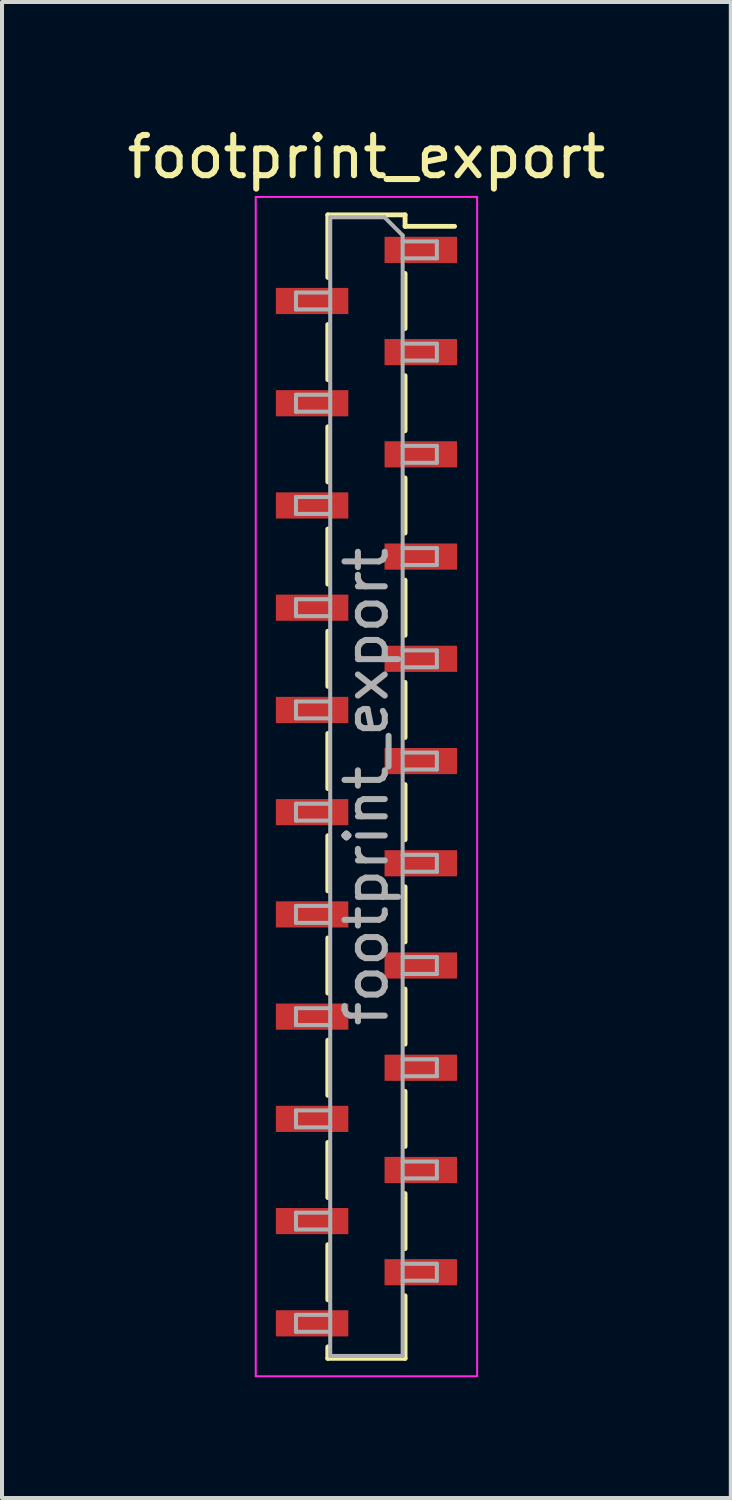
<source format=kicad_pcb>
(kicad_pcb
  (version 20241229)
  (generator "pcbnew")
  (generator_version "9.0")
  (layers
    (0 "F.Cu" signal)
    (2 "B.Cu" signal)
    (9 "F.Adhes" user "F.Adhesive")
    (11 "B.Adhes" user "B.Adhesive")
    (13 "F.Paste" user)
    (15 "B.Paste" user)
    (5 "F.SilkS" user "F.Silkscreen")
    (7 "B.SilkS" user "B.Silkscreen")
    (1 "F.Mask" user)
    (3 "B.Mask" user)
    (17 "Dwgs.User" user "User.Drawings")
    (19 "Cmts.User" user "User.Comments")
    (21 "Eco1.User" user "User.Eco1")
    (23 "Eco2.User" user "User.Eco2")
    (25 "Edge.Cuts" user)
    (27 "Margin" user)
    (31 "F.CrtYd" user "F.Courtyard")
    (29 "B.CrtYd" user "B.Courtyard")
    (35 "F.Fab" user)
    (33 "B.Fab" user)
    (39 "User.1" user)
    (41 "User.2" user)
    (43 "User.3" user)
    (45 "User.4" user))
  (footprint "footprint_export"
    (layer "F.Cu")
    (at 6.054 16.493)
    (property "Reference" "footprint_export" (at 0 -15.645 0) (layer "F.SilkS") (effects (font (size 1 1) (thickness 0.15))))
    (attr smd)
    (fp_line (start -0.96 -14.205) (end -0.96 -12.65) (stroke (width 0.12) (type solid)) (layer "F.SilkS"))
    (fp_line (start -0.96 -14.205) (end 0.96 -14.205) (stroke (width 0.12) (type solid)) (layer "F.SilkS"))
    (fp_line (start -0.96 -11.48) (end -0.96 -10.11) (stroke (width 0.12) (type solid)) (layer "F.SilkS"))
    (fp_line (start -0.96 -8.94) (end -0.96 -7.57) (stroke (width 0.12) (type solid)) (layer "F.SilkS"))
    (fp_line (start -0.96 -6.4) (end -0.96 -5.03) (stroke (width 0.12) (type solid)) (layer "F.SilkS"))
    (fp_line (start -0.96 -3.86) (end -0.96 -2.49) (stroke (width 0.12) (type solid)) (layer "F.SilkS"))
    (fp_line (start -0.96 -1.32) (end -0.96 0.05) (stroke (width 0.12) (type solid)) (layer "F.SilkS"))
    (fp_line (start -0.96 1.22) (end -0.96 2.59) (stroke (width 0.12) (type solid)) (layer "F.SilkS"))
    (fp_line (start -0.96 3.76) (end -0.96 5.13) (stroke (width 0.12) (type solid)) (layer "F.SilkS"))
    (fp_line (start -0.96 6.3) (end -0.96 7.67) (stroke (width 0.12) (type solid)) (layer "F.SilkS"))
    (fp_line (start -0.96 8.84) (end -0.96 10.21) (stroke (width 0.12) (type solid)) (layer "F.SilkS"))
    (fp_line (start -0.96 11.38) (end -0.96 12.75) (stroke (width 0.12) (type solid)) (layer "F.SilkS"))
    (fp_line (start -0.96 13.92) (end -0.96 14.205) (stroke (width 0.12) (type solid)) (layer "F.SilkS"))
    (fp_line (start -0.96 14.205) (end 0.96 14.205) (stroke (width 0.12) (type solid)) (layer "F.SilkS"))
    (fp_line (start 0.96 -14.205) (end 0.96 -13.92) (stroke (width 0.12) (type solid)) (layer "F.SilkS"))
    (fp_line (start 0.96 -13.92) (end 2.19 -13.92) (stroke (width 0.12) (type solid)) (layer "F.SilkS"))
    (fp_line (start 0.96 -12.75) (end 0.96 -11.38) (stroke (width 0.12) (type solid)) (layer "F.SilkS"))
    (fp_line (start 0.96 -10.21) (end 0.96 -8.84) (stroke (width 0.12) (type solid)) (layer "F.SilkS"))
    (fp_line (start 0.96 -7.67) (end 0.96 -6.3) (stroke (width 0.12) (type solid)) (layer "F.SilkS"))
    (fp_line (start 0.96 -5.13) (end 0.96 -3.76) (stroke (width 0.12) (type solid)) (layer "F.SilkS"))
    (fp_line (start 0.96 -2.59) (end 0.96 -1.22) (stroke (width 0.12) (type solid)) (layer "F.SilkS"))
    (fp_line (start 0.96 -0.05) (end 0.96 1.32) (stroke (width 0.12) (type solid)) (layer "F.SilkS"))
    (fp_line (start 0.96 2.49) (end 0.96 3.86) (stroke (width 0.12) (type solid)) (layer "F.SilkS"))
    (fp_line (start 0.96 5.03) (end 0.96 6.4) (stroke (width 0.12) (type solid)) (layer "F.SilkS"))
    (fp_line (start 0.96 7.57) (end 0.96 8.94) (stroke (width 0.12) (type solid)) (layer "F.SilkS"))
    (fp_line (start 0.96 10.11) (end 0.96 11.48) (stroke (width 0.12) (type solid)) (layer "F.SilkS"))
    (fp_line (start 0.96 12.65) (end 0.96 14.205) (stroke (width 0.12) (type solid)) (layer "F.SilkS"))
    (fp_line (start -2.75 -14.65) (end 2.75 -14.65) (stroke (width 0.05) (type solid)) (layer "F.CrtYd"))
    (fp_line (start -2.75 14.65) (end -2.75 -14.65) (stroke (width 0.05) (type solid)) (layer "F.CrtYd"))
    (fp_line (start 2.75 -14.65) (end 2.75 14.65) (stroke (width 0.05) (type solid)) (layer "F.CrtYd"))
    (fp_line (start 2.75 14.65) (end -2.75 14.65) (stroke (width 0.05) (type solid)) (layer "F.CrtYd"))
    (fp_line (start -1.75 -12.275) (end -0.9 -12.275) (stroke (width 0.1) (type solid)) (layer "F.Fab"))
    (fp_line (start -1.75 -11.855) (end -1.75 -12.275) (stroke (width 0.1) (type solid)) (layer "F.Fab"))
    (fp_line (start -1.75 -9.735) (end -0.9 -9.735) (stroke (width 0.1) (type solid)) (layer "F.Fab"))
    (fp_line (start -1.75 -9.315) (end -1.75 -9.735) (stroke (width 0.1) (type solid)) (layer "F.Fab"))
    (fp_line (start -1.75 -7.195) (end -0.9 -7.195) (stroke (width 0.1) (type solid)) (layer "F.Fab"))
    (fp_line (start -1.75 -6.775) (end -1.75 -7.195) (stroke (width 0.1) (type solid)) (layer "F.Fab"))
    (fp_line (start -1.75 -4.655) (end -0.9 -4.655) (stroke (width 0.1) (type solid)) (layer "F.Fab"))
    (fp_line (start -1.75 -4.235) (end -1.75 -4.655) (stroke (width 0.1) (type solid)) (layer "F.Fab"))
    (fp_line (start -1.75 -2.115) (end -0.9 -2.115) (stroke (width 0.1) (type solid)) (layer "F.Fab"))
    (fp_line (start -1.75 -1.695) (end -1.75 -2.115) (stroke (width 0.1) (type solid)) (layer "F.Fab"))
    (fp_line (start -1.75 0.425) (end -0.9 0.425) (stroke (width 0.1) (type solid)) (layer "F.Fab"))
    (fp_line (start -1.75 0.845) (end -1.75 0.425) (stroke (width 0.1) (type solid)) (layer "F.Fab"))
    (fp_line (start -1.75 2.965) (end -0.9 2.965) (stroke (width 0.1) (type solid)) (layer "F.Fab"))
    (fp_line (start -1.75 3.385) (end -1.75 2.965) (stroke (width 0.1) (type solid)) (layer "F.Fab"))
    (fp_line (start -1.75 5.505) (end -0.9 5.505) (stroke (width 0.1) (type solid)) (layer "F.Fab"))
    (fp_line (start -1.75 5.925) (end -1.75 5.505) (stroke (width 0.1) (type solid)) (layer "F.Fab"))
    (fp_line (start -1.75 8.045) (end -0.9 8.045) (stroke (width 0.1) (type solid)) (layer "F.Fab"))
    (fp_line (start -1.75 8.465) (end -1.75 8.045) (stroke (width 0.1) (type solid)) (layer "F.Fab"))
    (fp_line (start -1.75 10.585) (end -0.9 10.585) (stroke (width 0.1) (type solid)) (layer "F.Fab"))
    (fp_line (start -1.75 11.005) (end -1.75 10.585) (stroke (width 0.1) (type solid)) (layer "F.Fab"))
    (fp_line (start -1.75 13.125) (end -0.9 13.125) (stroke (width 0.1) (type solid)) (layer "F.Fab"))
    (fp_line (start -1.75 13.545) (end -1.75 13.125) (stroke (width 0.1) (type solid)) (layer "F.Fab"))
    (fp_line (start -0.9 -14.145) (end 0.45 -14.145) (stroke (width 0.1) (type solid)) (layer "F.Fab"))
    (fp_line (start -0.9 -11.855) (end -1.75 -11.855) (stroke (width 0.1) (type solid)) (layer "F.Fab"))
    (fp_line (start -0.9 -9.315) (end -1.75 -9.315) (stroke (width 0.1) (type solid)) (layer "F.Fab"))
    (fp_line (start -0.9 -6.775) (end -1.75 -6.775) (stroke (width 0.1) (type solid)) (layer "F.Fab"))
    (fp_line (start -0.9 -4.235) (end -1.75 -4.235) (stroke (width 0.1) (type solid)) (layer "F.Fab"))
    (fp_line (start -0.9 -1.695) (end -1.75 -1.695) (stroke (width 0.1) (type solid)) (layer "F.Fab"))
    (fp_line (start -0.9 0.845) (end -1.75 0.845) (stroke (width 0.1) (type solid)) (layer "F.Fab"))
    (fp_line (start -0.9 3.385) (end -1.75 3.385) (stroke (width 0.1) (type solid)) (layer "F.Fab"))
    (fp_line (start -0.9 5.925) (end -1.75 5.925) (stroke (width 0.1) (type solid)) (layer "F.Fab"))
    (fp_line (start -0.9 8.465) (end -1.75 8.465) (stroke (width 0.1) (type solid)) (layer "F.Fab"))
    (fp_line (start -0.9 11.005) (end -1.75 11.005) (stroke (width 0.1) (type solid)) (layer "F.Fab"))
    (fp_line (start -0.9 13.545) (end -1.75 13.545) (stroke (width 0.1) (type solid)) (layer "F.Fab"))
    (fp_line (start -0.9 14.145) (end -0.9 -14.145) (stroke (width 0.1) (type solid)) (layer "F.Fab"))
    (fp_line (start 0.45 -14.145) (end 0.9 -13.695) (stroke (width 0.1) (type solid)) (layer "F.Fab"))
    (fp_line (start 0.9 -13.695) (end 0.9 14.145) (stroke (width 0.1) (type solid)) (layer "F.Fab"))
    (fp_line (start 0.9 -13.545) (end 1.75 -13.545) (stroke (width 0.1) (type solid)) (layer "F.Fab"))
    (fp_line (start 0.9 -11.005) (end 1.75 -11.005) (stroke (width 0.1) (type solid)) (layer "F.Fab"))
    (fp_line (start 0.9 -8.465) (end 1.75 -8.465) (stroke (width 0.1) (type solid)) (layer "F.Fab"))
    (fp_line (start 0.9 -5.925) (end 1.75 -5.925) (stroke (width 0.1) (type solid)) (layer "F.Fab"))
    (fp_line (start 0.9 -3.385) (end 1.75 -3.385) (stroke (width 0.1) (type solid)) (layer "F.Fab"))
    (fp_line (start 0.9 -0.845) (end 1.75 -0.845) (stroke (width 0.1) (type solid)) (layer "F.Fab"))
    (fp_line (start 0.9 1.695) (end 1.75 1.695) (stroke (width 0.1) (type solid)) (layer "F.Fab"))
    (fp_line (start 0.9 4.235) (end 1.75 4.235) (stroke (width 0.1) (type solid)) (layer "F.Fab"))
    (fp_line (start 0.9 6.775) (end 1.75 6.775) (stroke (width 0.1) (type solid)) (layer "F.Fab"))
    (fp_line (start 0.9 9.315) (end 1.75 9.315) (stroke (width 0.1) (type solid)) (layer "F.Fab"))
    (fp_line (start 0.9 11.855) (end 1.75 11.855) (stroke (width 0.1) (type solid)) (layer "F.Fab"))
    (fp_line (start 0.9 14.145) (end -0.9 14.145) (stroke (width 0.1) (type solid)) (layer "F.Fab"))
    (fp_line (start 1.75 -13.545) (end 1.75 -13.125) (stroke (width 0.1) (type solid)) (layer "F.Fab"))
    (fp_line (start 1.75 -13.125) (end 0.9 -13.125) (stroke (width 0.1) (type solid)) (layer "F.Fab"))
    (fp_line (start 1.75 -11.005) (end 1.75 -10.585) (stroke (width 0.1) (type solid)) (layer "F.Fab"))
    (fp_line (start 1.75 -10.585) (end 0.9 -10.585) (stroke (width 0.1) (type solid)) (layer "F.Fab"))
    (fp_line (start 1.75 -8.465) (end 1.75 -8.045) (stroke (width 0.1) (type solid)) (layer "F.Fab"))
    (fp_line (start 1.75 -8.045) (end 0.9 -8.045) (stroke (width 0.1) (type solid)) (layer "F.Fab"))
    (fp_line (start 1.75 -5.925) (end 1.75 -5.505) (stroke (width 0.1) (type solid)) (layer "F.Fab"))
    (fp_line (start 1.75 -5.505) (end 0.9 -5.505) (stroke (width 0.1) (type solid)) (layer "F.Fab"))
    (fp_line (start 1.75 -3.385) (end 1.75 -2.965) (stroke (width 0.1) (type solid)) (layer "F.Fab"))
    (fp_line (start 1.75 -2.965) (end 0.9 -2.965) (stroke (width 0.1) (type solid)) (layer "F.Fab"))
    (fp_line (start 1.75 -0.845) (end 1.75 -0.425) (stroke (width 0.1) (type solid)) (layer "F.Fab"))
    (fp_line (start 1.75 -0.425) (end 0.9 -0.425) (stroke (width 0.1) (type solid)) (layer "F.Fab"))
    (fp_line (start 1.75 1.695) (end 1.75 2.115) (stroke (width 0.1) (type solid)) (layer "F.Fab"))
    (fp_line (start 1.75 2.115) (end 0.9 2.115) (stroke (width 0.1) (type solid)) (layer "F.Fab"))
    (fp_line (start 1.75 4.235) (end 1.75 4.655) (stroke (width 0.1) (type solid)) (layer "F.Fab"))
    (fp_line (start 1.75 4.655) (end 0.9 4.655) (stroke (width 0.1) (type solid)) (layer "F.Fab"))
    (fp_line (start 1.75 6.775) (end 1.75 7.195) (stroke (width 0.1) (type solid)) (layer "F.Fab"))
    (fp_line (start 1.75 7.195) (end 0.9 7.195) (stroke (width 0.1) (type solid)) (layer "F.Fab"))
    (fp_line (start 1.75 9.315) (end 1.75 9.735) (stroke (width 0.1) (type solid)) (layer "F.Fab"))
    (fp_line (start 1.75 9.735) (end 0.9 9.735) (stroke (width 0.1) (type solid)) (layer "F.Fab"))
    (fp_line (start 1.75 11.855) (end 1.75 12.275) (stroke (width 0.1) (type solid)) (layer "F.Fab"))
    (fp_line (start 1.75 12.275) (end 0.9 12.275) (stroke (width 0.1) (type solid)) (layer "F.Fab"))
    (fp_text user "${REFERENCE}" (at 0 0 90) (layer "F.Fab") (effects (font (size 1 1) (thickness 0.15))))
    (pad "1" smd rect (at 1.35 -13.335) (size 1.8 0.65) (layers "F.Cu" "F.Mask" "F.Paste"))
    (pad "2" smd rect (at -1.35 -12.065) (size 1.8 0.65) (layers "F.Cu" "F.Mask" "F.Paste"))
    (pad "3" smd rect (at 1.35 -10.795) (size 1.8 0.65) (layers "F.Cu" "F.Mask" "F.Paste"))
    (pad "4" smd rect (at -1.35 -9.525) (size 1.8 0.65) (layers "F.Cu" "F.Mask" "F.Paste"))
    (pad "5" smd rect (at 1.35 -8.255) (size 1.8 0.65) (layers "F.Cu" "F.Mask" "F.Paste"))
    (pad "6" smd rect (at -1.35 -6.985) (size 1.8 0.65) (layers "F.Cu" "F.Mask" "F.Paste"))
    (pad "7" smd rect (at 1.35 -5.715) (size 1.8 0.65) (layers "F.Cu" "F.Mask" "F.Paste"))
    (pad "8" smd rect (at -1.35 -4.445) (size 1.8 0.65) (layers "F.Cu" "F.Mask" "F.Paste"))
    (pad "9" smd rect (at 1.35 -3.175) (size 1.8 0.65) (layers "F.Cu" "F.Mask" "F.Paste"))
    (pad "10" smd rect (at -1.35 -1.905) (size 1.8 0.65) (layers "F.Cu" "F.Mask" "F.Paste"))
    (pad "11" smd rect (at 1.35 -0.635) (size 1.8 0.65) (layers "F.Cu" "F.Mask" "F.Paste"))
    (pad "12" smd rect (at -1.35 0.635) (size 1.8 0.65) (layers "F.Cu" "F.Mask" "F.Paste"))
    (pad "13" smd rect (at 1.35 1.905) (size 1.8 0.65) (layers "F.Cu" "F.Mask" "F.Paste"))
    (pad "14" smd rect (at -1.35 3.175) (size 1.8 0.65) (layers "F.Cu" "F.Mask" "F.Paste"))
    (pad "15" smd rect (at 1.35 4.445) (size 1.8 0.65) (layers "F.Cu" "F.Mask" "F.Paste"))
    (pad "16" smd rect (at -1.35 5.715) (size 1.8 0.65) (layers "F.Cu" "F.Mask" "F.Paste"))
    (pad "17" smd rect (at 1.35 6.985) (size 1.8 0.65) (layers "F.Cu" "F.Mask" "F.Paste"))
    (pad "18" smd rect (at -1.35 8.255) (size 1.8 0.65) (layers "F.Cu" "F.Mask" "F.Paste"))
    (pad "19" smd rect (at 1.35 9.525) (size 1.8 0.65) (layers "F.Cu" "F.Mask" "F.Paste"))
    (pad "20" smd rect (at -1.35 10.795) (size 1.8 0.65) (layers "F.Cu" "F.Mask" "F.Paste"))
    (pad "21" smd rect (at 1.35 12.065) (size 1.8 0.65) (layers "F.Cu" "F.Mask" "F.Paste"))
    (pad "22" smd rect (at -1.35 13.335) (size 1.8 0.65) (layers "F.Cu" "F.Mask" "F.Paste")))
  (gr_rect
    (start -3 -3)
    (end 15.107 34.168)
    (stroke (width 0.1) (type default))
    (fill no)
    (layer "Edge.Cuts")))
</source>
